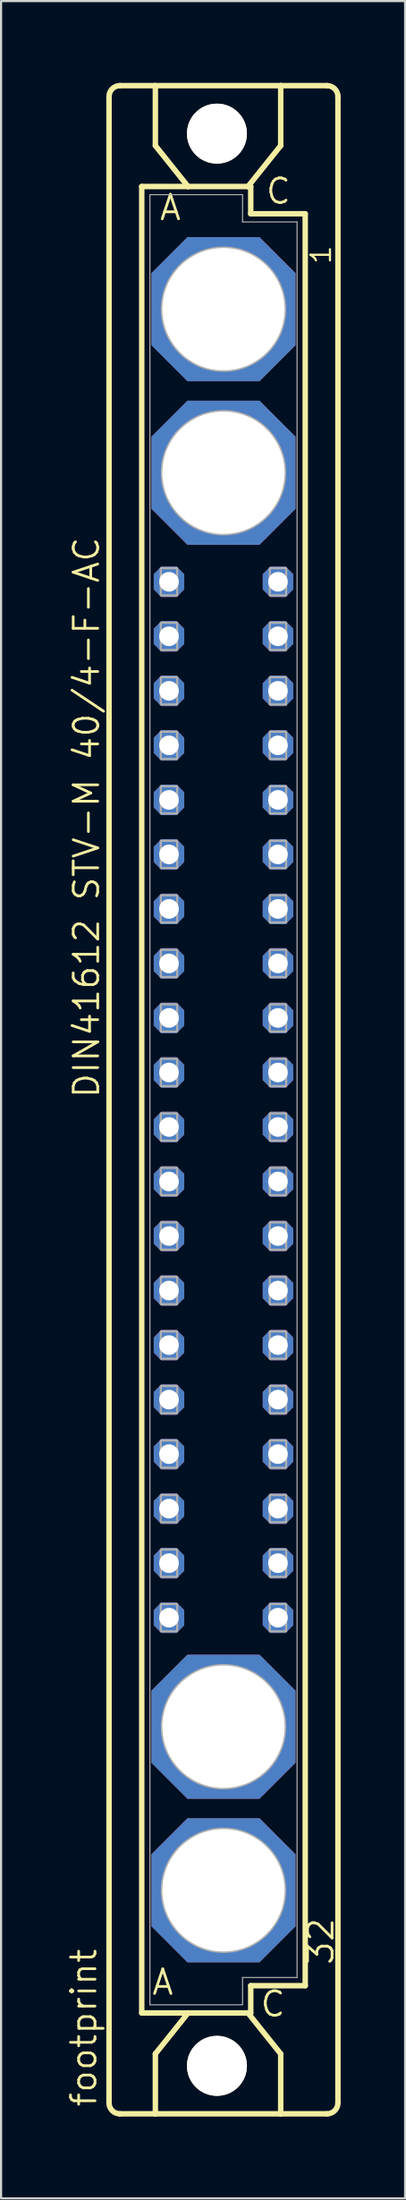
<source format=kicad_pcb>
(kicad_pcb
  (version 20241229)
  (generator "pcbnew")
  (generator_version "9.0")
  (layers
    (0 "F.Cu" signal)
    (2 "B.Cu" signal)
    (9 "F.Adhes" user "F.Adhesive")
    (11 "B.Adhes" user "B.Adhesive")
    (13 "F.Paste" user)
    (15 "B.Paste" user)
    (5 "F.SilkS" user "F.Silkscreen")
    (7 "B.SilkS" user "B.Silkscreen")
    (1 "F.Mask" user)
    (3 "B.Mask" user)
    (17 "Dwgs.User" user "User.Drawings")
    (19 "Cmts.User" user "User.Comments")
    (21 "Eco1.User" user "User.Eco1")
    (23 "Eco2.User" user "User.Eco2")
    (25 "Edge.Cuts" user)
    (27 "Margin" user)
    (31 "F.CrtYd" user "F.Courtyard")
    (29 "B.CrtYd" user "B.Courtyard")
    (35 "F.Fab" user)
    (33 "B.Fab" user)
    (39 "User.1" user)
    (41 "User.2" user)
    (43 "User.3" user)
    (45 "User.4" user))
  (footprint "footprint"
    (layer "F.Cu")
    (at 7.366 48.184)
    (property "Reference" "footprint" (at -5.842 46.99 90) (layer "F.SilkS") (effects (font (size 1.143 1.143) (thickness 0.127)) (justify left bottom)))
    (fp_line (start -5.334 46.736) (end -5.334 -46.736) (stroke (width 0.254) (type solid)) (layer "F.SilkS"))
    (fp_line (start -4.826 -47.244) (end -3.175 -47.244) (stroke (width 0.254) (type solid)) (layer "F.SilkS"))
    (fp_line (start -4.826 47.244) (end -3.175 47.244) (stroke (width 0.254) (type solid)) (layer "F.SilkS"))
    (fp_line (start -3.81 -42.545) (end -3.81 42.545) (stroke (width 0.254) (type solid)) (layer "F.SilkS"))
    (fp_line (start -3.81 42.545) (end -1.651 42.545) (stroke (width 0.254) (type solid)) (layer "F.SilkS"))
    (fp_line (start -3.175 -47.244) (end -3.175 -44.45) (stroke (width 0.254) (type solid)) (layer "F.SilkS"))
    (fp_line (start -3.175 47.244) (end -3.175 44.45) (stroke (width 0.254) (type solid)) (layer "F.SilkS"))
    (fp_line (start -3.175 47.244) (end 2.667 47.244) (stroke (width 0.254) (type solid)) (layer "F.SilkS"))
    (fp_line (start -1.651 -42.545) (end -3.81 -42.545) (stroke (width 0.254) (type solid)) (layer "F.SilkS"))
    (fp_line (start -1.651 -42.545) (end -3.175 -44.45) (stroke (width 0.254) (type solid)) (layer "F.SilkS"))
    (fp_line (start -1.651 42.545) (end -3.175 44.45) (stroke (width 0.254) (type solid)) (layer "F.SilkS"))
    (fp_line (start -1.651 42.545) (end 1.143 42.545) (stroke (width 0.254) (type solid)) (layer "F.SilkS"))
    (fp_line (start 1.143 -42.545) (end -1.651 -42.545) (stroke (width 0.254) (type solid)) (layer "F.SilkS"))
    (fp_line (start 1.143 -42.545) (end 2.667 -44.45) (stroke (width 0.254) (type solid)) (layer "F.SilkS"))
    (fp_line (start 1.143 42.545) (end 1.27 42.545) (stroke (width 0.254) (type solid)) (layer "F.SilkS"))
    (fp_line (start 1.143 42.545) (end 2.667 44.45) (stroke (width 0.254) (type solid)) (layer "F.SilkS"))
    (fp_line (start 1.27 -42.545) (end 1.143 -42.545) (stroke (width 0.254) (type solid)) (layer "F.SilkS"))
    (fp_line (start 1.27 -41.275) (end 1.27 -42.545) (stroke (width 0.254) (type solid)) (layer "F.SilkS"))
    (fp_line (start 1.27 41.275) (end 3.81 41.275) (stroke (width 0.254) (type solid)) (layer "F.SilkS"))
    (fp_line (start 1.27 42.545) (end 1.27 41.275) (stroke (width 0.254) (type solid)) (layer "F.SilkS"))
    (fp_line (start 2.667 -47.244) (end -3.175 -47.244) (stroke (width 0.254) (type solid)) (layer "F.SilkS"))
    (fp_line (start 2.667 -47.244) (end 2.667 -44.45) (stroke (width 0.254) (type solid)) (layer "F.SilkS"))
    (fp_line (start 2.667 47.244) (end 2.667 44.45) (stroke (width 0.254) (type solid)) (layer "F.SilkS"))
    (fp_line (start 2.667 47.244) (end 4.826 47.244) (stroke (width 0.254) (type solid)) (layer "F.SilkS"))
    (fp_line (start 3.81 -41.275) (end 1.27 -41.275) (stroke (width 0.254) (type solid)) (layer "F.SilkS"))
    (fp_line (start 3.81 41.275) (end 3.81 -41.275) (stroke (width 0.254) (type solid)) (layer "F.SilkS"))
    (fp_line (start 4.826 -47.244) (end 2.667 -47.244) (stroke (width 0.254) (type solid)) (layer "F.SilkS"))
    (fp_line (start 5.334 46.736) (end 5.334 -46.736) (stroke (width 0.254) (type solid)) (layer "F.SilkS"))
    (fp_arc (start -5.334 -46.736) (mid -5.18521 -47.09521) (end -4.826 -47.244) (stroke (width 0.254) (type solid)) (layer "F.SilkS"))
    (fp_arc (start -4.826 47.244) (mid -5.18521 47.09521) (end -5.334 46.736) (stroke (width 0.254) (type solid)) (layer "F.SilkS"))
    (fp_arc (start 4.826 -47.244) (mid 5.18521 -47.09521) (end 5.334 -46.736) (stroke (width 0.254) (type solid)) (layer "F.SilkS"))
    (fp_arc (start 5.334 46.736) (mid 5.18521 47.09521) (end 4.826 47.244) (stroke (width 0.254) (type solid)) (layer "F.SilkS"))
    (fp_circle (center -0.305 -45.009) (end 0.965 -45.009) (stroke (width 0.254) (type solid)) (fill no) (layer "F.SilkS"))
    (fp_circle (center -0.305 45.009) (end 0.965 45.009) (stroke (width 0.254) (type solid)) (fill no) (layer "F.SilkS"))
    (fp_line (start -3.429 -42.164) (end -3.429 42.164) (stroke (width 0.051) (type solid)) (layer "F.Fab"))
    (fp_line (start -3.429 -42.164) (end 0.889 -42.164) (stroke (width 0.051) (type solid)) (layer "F.Fab"))
    (fp_line (start -3.429 42.164) (end 0.889 42.164) (stroke (width 0.051) (type solid)) (layer "F.Fab"))
    (fp_line (start 0.889 -42.164) (end 0.889 -40.894) (stroke (width 0.051) (type solid)) (layer "F.Fab"))
    (fp_line (start 0.889 -40.894) (end 3.429 -40.894) (stroke (width 0.051) (type solid)) (layer "F.Fab"))
    (fp_line (start 0.889 40.894) (end 3.429 40.894) (stroke (width 0.051) (type solid)) (layer "F.Fab"))
    (fp_line (start 0.889 42.164) (end 0.889 40.894) (stroke (width 0.051) (type solid)) (layer "F.Fab"))
    (fp_line (start 3.429 -40.894) (end 3.429 40.894) (stroke (width 0.051) (type solid)) (layer "F.Fab"))
    (fp_circle (center 0 -36.83) (end 2.794 -36.83) (stroke (width 0.254) (type solid)) (fill no) (layer "F.Fab"))
    (fp_circle (center 0 -29.21) (end 2.794 -29.21) (stroke (width 0.254) (type solid)) (fill no) (layer "F.Fab"))
    (fp_circle (center 0 29.21) (end 2.794 29.21) (stroke (width 0.254) (type solid)) (fill no) (layer "F.Fab"))
    (fp_circle (center 0 36.83) (end 2.794 36.83) (stroke (width 0.254) (type solid)) (fill no) (layer "F.Fab"))
    (fp_poly (pts (xy -2.921 -23.495) (xy -2.159 -23.495) (xy -2.159 -24.765) (xy -2.921 -24.765)) (stroke (width 0.1) (type solid)) (fill no) (layer "F.Fab"))
    (fp_poly (pts (xy -2.921 -20.955) (xy -2.159 -20.955) (xy -2.159 -22.225) (xy -2.921 -22.225)) (stroke (width 0.1) (type solid)) (fill no) (layer "F.Fab"))
    (fp_poly (pts (xy -2.921 -18.415) (xy -2.159 -18.415) (xy -2.159 -19.685) (xy -2.921 -19.685)) (stroke (width 0.1) (type solid)) (fill no) (layer "F.Fab"))
    (fp_poly (pts (xy -2.921 -15.875) (xy -2.159 -15.875) (xy -2.159 -17.145) (xy -2.921 -17.145)) (stroke (width 0.1) (type solid)) (fill no) (layer "F.Fab"))
    (fp_poly (pts (xy -2.921 -13.335) (xy -2.159 -13.335) (xy -2.159 -14.605) (xy -2.921 -14.605)) (stroke (width 0.1) (type solid)) (fill no) (layer "F.Fab"))
    (fp_poly (pts (xy -2.921 -10.795) (xy -2.159 -10.795) (xy -2.159 -12.065) (xy -2.921 -12.065)) (stroke (width 0.1) (type solid)) (fill no) (layer "F.Fab"))
    (fp_poly (pts (xy -2.921 -8.255) (xy -2.159 -8.255) (xy -2.159 -9.525) (xy -2.921 -9.525)) (stroke (width 0.1) (type solid)) (fill no) (layer "F.Fab"))
    (fp_poly (pts (xy -2.921 -5.715) (xy -2.159 -5.715) (xy -2.159 -6.985) (xy -2.921 -6.985)) (stroke (width 0.1) (type solid)) (fill no) (layer "F.Fab"))
    (fp_poly (pts (xy -2.921 -3.175) (xy -2.159 -3.175) (xy -2.159 -4.445) (xy -2.921 -4.445)) (stroke (width 0.1) (type solid)) (fill no) (layer "F.Fab"))
    (fp_poly (pts (xy -2.921 -0.635) (xy -2.159 -0.635) (xy -2.159 -1.905) (xy -2.921 -1.905)) (stroke (width 0.1) (type solid)) (fill no) (layer "F.Fab"))
    (fp_poly (pts (xy -2.921 1.905) (xy -2.159 1.905) (xy -2.159 0.635) (xy -2.921 0.635)) (stroke (width 0.1) (type solid)) (fill no) (layer "F.Fab"))
    (fp_poly (pts (xy -2.921 4.445) (xy -2.159 4.445) (xy -2.159 3.175) (xy -2.921 3.175)) (stroke (width 0.1) (type solid)) (fill no) (layer "F.Fab"))
    (fp_poly (pts (xy -2.921 6.985) (xy -2.159 6.985) (xy -2.159 5.715) (xy -2.921 5.715)) (stroke (width 0.1) (type solid)) (fill no) (layer "F.Fab"))
    (fp_poly (pts (xy -2.921 9.525) (xy -2.159 9.525) (xy -2.159 8.255) (xy -2.921 8.255)) (stroke (width 0.1) (type solid)) (fill no) (layer "F.Fab"))
    (fp_poly (pts (xy -2.921 12.065) (xy -2.159 12.065) (xy -2.159 10.795) (xy -2.921 10.795)) (stroke (width 0.1) (type solid)) (fill no) (layer "F.Fab"))
    (fp_poly (pts (xy -2.921 14.605) (xy -2.159 14.605) (xy -2.159 13.335) (xy -2.921 13.335)) (stroke (width 0.1) (type solid)) (fill no) (layer "F.Fab"))
    (fp_poly (pts (xy -2.921 17.145) (xy -2.159 17.145) (xy -2.159 15.875) (xy -2.921 15.875)) (stroke (width 0.1) (type solid)) (fill no) (layer "F.Fab"))
    (fp_poly (pts (xy -2.921 19.685) (xy -2.159 19.685) (xy -2.159 18.415) (xy -2.921 18.415)) (stroke (width 0.1) (type solid)) (fill no) (layer "F.Fab"))
    (fp_poly (pts (xy -2.921 22.225) (xy -2.159 22.225) (xy -2.159 20.955) (xy -2.921 20.955)) (stroke (width 0.1) (type solid)) (fill no) (layer "F.Fab"))
    (fp_poly (pts (xy -2.921 24.765) (xy -2.159 24.765) (xy -2.159 23.495) (xy -2.921 23.495)) (stroke (width 0.1) (type solid)) (fill no) (layer "F.Fab"))
    (fp_poly (pts (xy 2.159 -23.495) (xy 2.921 -23.495) (xy 2.921 -24.765) (xy 2.159 -24.765)) (stroke (width 0.1) (type solid)) (fill no) (layer "F.Fab"))
    (fp_poly (pts (xy 2.159 -20.955) (xy 2.921 -20.955) (xy 2.921 -22.225) (xy 2.159 -22.225)) (stroke (width 0.1) (type solid)) (fill no) (layer "F.Fab"))
    (fp_poly (pts (xy 2.159 -18.415) (xy 2.921 -18.415) (xy 2.921 -19.685) (xy 2.159 -19.685)) (stroke (width 0.1) (type solid)) (fill no) (layer "F.Fab"))
    (fp_poly (pts (xy 2.159 -15.875) (xy 2.921 -15.875) (xy 2.921 -17.145) (xy 2.159 -17.145)) (stroke (width 0.1) (type solid)) (fill no) (layer "F.Fab"))
    (fp_poly (pts (xy 2.159 -13.335) (xy 2.921 -13.335) (xy 2.921 -14.605) (xy 2.159 -14.605)) (stroke (width 0.1) (type solid)) (fill no) (layer "F.Fab"))
    (fp_poly (pts (xy 2.159 -10.795) (xy 2.921 -10.795) (xy 2.921 -12.065) (xy 2.159 -12.065)) (stroke (width 0.1) (type solid)) (fill no) (layer "F.Fab"))
    (fp_poly (pts (xy 2.159 -8.255) (xy 2.921 -8.255) (xy 2.921 -9.525) (xy 2.159 -9.525)) (stroke (width 0.1) (type solid)) (fill no) (layer "F.Fab"))
    (fp_poly (pts (xy 2.159 -5.715) (xy 2.921 -5.715) (xy 2.921 -6.985) (xy 2.159 -6.985)) (stroke (width 0.1) (type solid)) (fill no) (layer "F.Fab"))
    (fp_poly (pts (xy 2.159 -3.175) (xy 2.921 -3.175) (xy 2.921 -4.445) (xy 2.159 -4.445)) (stroke (width 0.1) (type solid)) (fill no) (layer "F.Fab"))
    (fp_poly (pts (xy 2.159 -0.635) (xy 2.921 -0.635) (xy 2.921 -1.905) (xy 2.159 -1.905)) (stroke (width 0.1) (type solid)) (fill no) (layer "F.Fab"))
    (fp_poly (pts (xy 2.159 1.905) (xy 2.921 1.905) (xy 2.921 0.635) (xy 2.159 0.635)) (stroke (width 0.1) (type solid)) (fill no) (layer "F.Fab"))
    (fp_poly (pts (xy 2.159 4.445) (xy 2.921 4.445) (xy 2.921 3.175) (xy 2.159 3.175)) (stroke (width 0.1) (type solid)) (fill no) (layer "F.Fab"))
    (fp_poly (pts (xy 2.159 6.985) (xy 2.921 6.985) (xy 2.921 5.715) (xy 2.159 5.715)) (stroke (width 0.1) (type solid)) (fill no) (layer "F.Fab"))
    (fp_poly (pts (xy 2.159 9.525) (xy 2.921 9.525) (xy 2.921 8.255) (xy 2.159 8.255)) (stroke (width 0.1) (type solid)) (fill no) (layer "F.Fab"))
    (fp_poly (pts (xy 2.159 12.065) (xy 2.921 12.065) (xy 2.921 10.795) (xy 2.159 10.795)) (stroke (width 0.1) (type solid)) (fill no) (layer "F.Fab"))
    (fp_poly (pts (xy 2.159 14.605) (xy 2.921 14.605) (xy 2.921 13.335) (xy 2.159 13.335)) (stroke (width 0.1) (type solid)) (fill no) (layer "F.Fab"))
    (fp_poly (pts (xy 2.159 17.145) (xy 2.921 17.145) (xy 2.921 15.875) (xy 2.159 15.875)) (stroke (width 0.1) (type solid)) (fill no) (layer "F.Fab"))
    (fp_poly (pts (xy 2.159 19.685) (xy 2.921 19.685) (xy 2.921 18.415) (xy 2.159 18.415)) (stroke (width 0.1) (type solid)) (fill no) (layer "F.Fab"))
    (fp_poly (pts (xy 2.159 22.225) (xy 2.921 22.225) (xy 2.921 20.955) (xy 2.159 20.955)) (stroke (width 0.1) (type solid)) (fill no) (layer "F.Fab"))
    (fp_poly (pts (xy 2.159 24.765) (xy 2.921 24.765) (xy 2.921 23.495) (xy 2.159 23.495)) (stroke (width 0.1) (type solid)) (fill no) (layer "F.Fab"))
    (fp_text user "1" (at 5.08 -38.862 90) (layer "F.SilkS") (effects (font (size 0.914 0.914) (thickness 0.102)) (justify left bottom)))
    (fp_text user " C " (at 0.778 42.799 0) (layer "F.SilkS") (effects (font (size 1.143 1.143) (thickness 0.127)) (justify left bottom)))
    (fp_text user "32" (at 5.207 40.386 90) (layer "F.SilkS") (effects (font (size 1.143 1.143) (thickness 0.127)) (justify left bottom)))
    (fp_text user "A" (at -3.048 -40.894 0) (layer "F.SilkS") (effects (font (size 1.143 1.143) (thickness 0.127)) (justify left bottom)))
    (fp_text user " A " (at -4.275 41.783 0) (layer "F.SilkS") (effects (font (size 1.143 1.143) (thickness 0.127)) (justify left bottom)))
    (fp_text user "DIN41612 STV-M 40/4-F-AC" (at -5.715 0 90) (layer "F.SilkS") (effects (font (size 1.143 1.143) (thickness 0.127)) (justify left bottom)))
    (fp_text user "C" (at 1.905 -41.656 0) (layer "F.SilkS") (effects (font (size 1.143 1.143) (thickness 0.127)) (justify left bottom)))
    (pad "" np_thru_hole circle (at -0.305 -45.009) (size 2.794 2.794) (drill 2.794) (layers "*.Cu" "*.Mask"))
    (pad "" np_thru_hole circle (at -0.305 45.009) (size 2.794 2.794) (drill 2.794) (layers "*.Cu" "*.Mask"))
    (pad "1" thru_hole roundrect (at 0 -36.83) (size 6.716 6.716) (drill 5.7) (layers "*.Cu" "*.Mask") (roundrect_rratio 0.25) (chamfer_ratio 0.25) (chamfer top_left top_right bottom_left bottom_right))
    (pad "2" thru_hole roundrect (at 0 -29.21) (size 6.716 6.716) (drill 5.7) (layers "*.Cu" "*.Mask") (roundrect_rratio 0.25) (chamfer_ratio 0.25) (chamfer top_left top_right bottom_left bottom_right))
    (pad "3" thru_hole roundrect (at 0 29.21) (size 6.716 6.716) (drill 5.7) (layers "*.Cu" "*.Mask") (roundrect_rratio 0.25) (chamfer_ratio 0.25) (chamfer top_left top_right bottom_left bottom_right))
    (pad "4" thru_hole roundrect (at 0 36.83) (size 6.716 6.716) (drill 5.7) (layers "*.Cu" "*.Mask") (roundrect_rratio 0.25) (chamfer_ratio 0.25) (chamfer top_left top_right bottom_left bottom_right))
    (pad "A7" thru_hole roundrect (at -2.54 -24.13) (size 1.422 1.422) (drill 0.914) (layers "*.Cu" "*.Mask") (roundrect_rratio 0.25) (chamfer_ratio 0.25) (chamfer top_left top_right bottom_left bottom_right))
    (pad "A8" thru_hole roundrect (at -2.54 -21.59) (size 1.422 1.422) (drill 0.914) (layers "*.Cu" "*.Mask") (roundrect_rratio 0.25) (chamfer_ratio 0.25) (chamfer top_left top_right bottom_left bottom_right))
    (pad "A9" thru_hole roundrect (at -2.54 -19.05) (size 1.422 1.422) (drill 0.914) (layers "*.Cu" "*.Mask") (roundrect_rratio 0.25) (chamfer_ratio 0.25) (chamfer top_left top_right bottom_left bottom_right))
    (pad "A10" thru_hole roundrect (at -2.54 -16.51) (size 1.422 1.422) (drill 0.914) (layers "*.Cu" "*.Mask") (roundrect_rratio 0.25) (chamfer_ratio 0.25) (chamfer top_left top_right bottom_left bottom_right))
    (pad "A11" thru_hole roundrect (at -2.54 -13.97) (size 1.422 1.422) (drill 0.914) (layers "*.Cu" "*.Mask") (roundrect_rratio 0.25) (chamfer_ratio 0.25) (chamfer top_left top_right bottom_left bottom_right))
    (pad "A12" thru_hole roundrect (at -2.54 -11.43) (size 1.422 1.422) (drill 0.914) (layers "*.Cu" "*.Mask") (roundrect_rratio 0.25) (chamfer_ratio 0.25) (chamfer top_left top_right bottom_left bottom_right))
    (pad "A13" thru_hole roundrect (at -2.54 -8.89) (size 1.422 1.422) (drill 0.914) (layers "*.Cu" "*.Mask") (roundrect_rratio 0.25) (chamfer_ratio 0.25) (chamfer top_left top_right bottom_left bottom_right))
    (pad "A14" thru_hole roundrect (at -2.54 -6.35) (size 1.422 1.422) (drill 0.914) (layers "*.Cu" "*.Mask") (roundrect_rratio 0.25) (chamfer_ratio 0.25) (chamfer top_left top_right bottom_left bottom_right))
    (pad "A15" thru_hole roundrect (at -2.54 -3.81) (size 1.422 1.422) (drill 0.914) (layers "*.Cu" "*.Mask") (roundrect_rratio 0.25) (chamfer_ratio 0.25) (chamfer top_left top_right bottom_left bottom_right))
    (pad "A16" thru_hole roundrect (at -2.54 -1.27) (size 1.422 1.422) (drill 0.914) (layers "*.Cu" "*.Mask") (roundrect_rratio 0.25) (chamfer_ratio 0.25) (chamfer top_left top_right bottom_left bottom_right))
    (pad "A17" thru_hole roundrect (at -2.54 1.27) (size 1.422 1.422) (drill 0.914) (layers "*.Cu" "*.Mask") (roundrect_rratio 0.25) (chamfer_ratio 0.25) (chamfer top_left top_right bottom_left bottom_right))
    (pad "A18" thru_hole roundrect (at -2.54 3.81) (size 1.422 1.422) (drill 0.914) (layers "*.Cu" "*.Mask") (roundrect_rratio 0.25) (chamfer_ratio 0.25) (chamfer top_left top_right bottom_left bottom_right))
    (pad "A19" thru_hole roundrect (at -2.54 6.35) (size 1.422 1.422) (drill 0.914) (layers "*.Cu" "*.Mask") (roundrect_rratio 0.25) (chamfer_ratio 0.25) (chamfer top_left top_right bottom_left bottom_right))
    (pad "A20" thru_hole roundrect (at -2.54 8.89) (size 1.422 1.422) (drill 0.914) (layers "*.Cu" "*.Mask") (roundrect_rratio 0.25) (chamfer_ratio 0.25) (chamfer top_left top_right bottom_left bottom_right))
    (pad "A21" thru_hole roundrect (at -2.54 11.43) (size 1.422 1.422) (drill 0.914) (layers "*.Cu" "*.Mask") (roundrect_rratio 0.25) (chamfer_ratio 0.25) (chamfer top_left top_right bottom_left bottom_right))
    (pad "A22" thru_hole roundrect (at -2.54 13.97) (size 1.422 1.422) (drill 0.914) (layers "*.Cu" "*.Mask") (roundrect_rratio 0.25) (chamfer_ratio 0.25) (chamfer top_left top_right bottom_left bottom_right))
    (pad "A23" thru_hole roundrect (at -2.54 16.51) (size 1.422 1.422) (drill 0.914) (layers "*.Cu" "*.Mask") (roundrect_rratio 0.25) (chamfer_ratio 0.25) (chamfer top_left top_right bottom_left bottom_right))
    (pad "A24" thru_hole roundrect (at -2.54 19.05) (size 1.422 1.422) (drill 0.914) (layers "*.Cu" "*.Mask") (roundrect_rratio 0.25) (chamfer_ratio 0.25) (chamfer top_left top_right bottom_left bottom_right))
    (pad "A25" thru_hole roundrect (at -2.54 21.59) (size 1.422 1.422) (drill 0.914) (layers "*.Cu" "*.Mask") (roundrect_rratio 0.25) (chamfer_ratio 0.25) (chamfer top_left top_right bottom_left bottom_right))
    (pad "A26" thru_hole roundrect (at -2.54 24.13) (size 1.422 1.422) (drill 0.914) (layers "*.Cu" "*.Mask") (roundrect_rratio 0.25) (chamfer_ratio 0.25) (chamfer top_left top_right bottom_left bottom_right))
    (pad "C7" thru_hole roundrect (at 2.54 -24.13) (size 1.422 1.422) (drill 0.914) (layers "*.Cu" "*.Mask") (roundrect_rratio 0.25) (chamfer_ratio 0.25) (chamfer top_left top_right bottom_left bottom_right))
    (pad "C8" thru_hole roundrect (at 2.54 -21.59) (size 1.422 1.422) (drill 0.914) (layers "*.Cu" "*.Mask") (roundrect_rratio 0.25) (chamfer_ratio 0.25) (chamfer top_left top_right bottom_left bottom_right))
    (pad "C9" thru_hole roundrect (at 2.54 -19.05) (size 1.422 1.422) (drill 0.914) (layers "*.Cu" "*.Mask") (roundrect_rratio 0.25) (chamfer_ratio 0.25) (chamfer top_left top_right bottom_left bottom_right))
    (pad "C10" thru_hole roundrect (at 2.54 -16.51) (size 1.422 1.422) (drill 0.914) (layers "*.Cu" "*.Mask") (roundrect_rratio 0.25) (chamfer_ratio 0.25) (chamfer top_left top_right bottom_left bottom_right))
    (pad "C11" thru_hole roundrect (at 2.54 -13.97) (size 1.422 1.422) (drill 0.914) (layers "*.Cu" "*.Mask") (roundrect_rratio 0.25) (chamfer_ratio 0.25) (chamfer top_left top_right bottom_left bottom_right))
    (pad "C12" thru_hole roundrect (at 2.54 -11.43) (size 1.422 1.422) (drill 0.914) (layers "*.Cu" "*.Mask") (roundrect_rratio 0.25) (chamfer_ratio 0.25) (chamfer top_left top_right bottom_left bottom_right))
    (pad "C13" thru_hole roundrect (at 2.54 -8.89) (size 1.422 1.422) (drill 0.914) (layers "*.Cu" "*.Mask") (roundrect_rratio 0.25) (chamfer_ratio 0.25) (chamfer top_left top_right bottom_left bottom_right))
    (pad "C14" thru_hole roundrect (at 2.54 -6.35) (size 1.422 1.422) (drill 0.914) (layers "*.Cu" "*.Mask") (roundrect_rratio 0.25) (chamfer_ratio 0.25) (chamfer top_left top_right bottom_left bottom_right))
    (pad "C15" thru_hole roundrect (at 2.54 -3.81) (size 1.422 1.422) (drill 0.914) (layers "*.Cu" "*.Mask") (roundrect_rratio 0.25) (chamfer_ratio 0.25) (chamfer top_left top_right bottom_left bottom_right))
    (pad "C16" thru_hole roundrect (at 2.54 -1.27) (size 1.422 1.422) (drill 0.914) (layers "*.Cu" "*.Mask") (roundrect_rratio 0.25) (chamfer_ratio 0.25) (chamfer top_left top_right bottom_left bottom_right))
    (pad "C17" thru_hole roundrect (at 2.54 1.27) (size 1.422 1.422) (drill 0.914) (layers "*.Cu" "*.Mask") (roundrect_rratio 0.25) (chamfer_ratio 0.25) (chamfer top_left top_right bottom_left bottom_right))
    (pad "C18" thru_hole roundrect (at 2.54 3.81) (size 1.422 1.422) (drill 0.914) (layers "*.Cu" "*.Mask") (roundrect_rratio 0.25) (chamfer_ratio 0.25) (chamfer top_left top_right bottom_left bottom_right))
    (pad "C19" thru_hole roundrect (at 2.54 6.35) (size 1.422 1.422) (drill 0.914) (layers "*.Cu" "*.Mask") (roundrect_rratio 0.25) (chamfer_ratio 0.25) (chamfer top_left top_right bottom_left bottom_right))
    (pad "C20" thru_hole roundrect (at 2.54 8.89) (size 1.422 1.422) (drill 0.914) (layers "*.Cu" "*.Mask") (roundrect_rratio 0.25) (chamfer_ratio 0.25) (chamfer top_left top_right bottom_left bottom_right))
    (pad "C21" thru_hole roundrect (at 2.54 11.43) (size 1.422 1.422) (drill 0.914) (layers "*.Cu" "*.Mask") (roundrect_rratio 0.25) (chamfer_ratio 0.25) (chamfer top_left top_right bottom_left bottom_right))
    (pad "C22" thru_hole roundrect (at 2.54 13.97) (size 1.422 1.422) (drill 0.914) (layers "*.Cu" "*.Mask") (roundrect_rratio 0.25) (chamfer_ratio 0.25) (chamfer top_left top_right bottom_left bottom_right))
    (pad "C23" thru_hole roundrect (at 2.54 16.51) (size 1.422 1.422) (drill 0.914) (layers "*.Cu" "*.Mask") (roundrect_rratio 0.25) (chamfer_ratio 0.25) (chamfer top_left top_right bottom_left bottom_right))
    (pad "C24" thru_hole roundrect (at 2.54 19.05) (size 1.422 1.422) (drill 0.914) (layers "*.Cu" "*.Mask") (roundrect_rratio 0.25) (chamfer_ratio 0.25) (chamfer top_left top_right bottom_left bottom_right))
    (pad "C25" thru_hole roundrect (at 2.54 21.59) (size 1.422 1.422) (drill 0.914) (layers "*.Cu" "*.Mask") (roundrect_rratio 0.25) (chamfer_ratio 0.25) (chamfer top_left top_right bottom_left bottom_right))
    (pad "C26" thru_hole roundrect (at 2.54 24.13) (size 1.422 1.422) (drill 0.914) (layers "*.Cu" "*.Mask") (roundrect_rratio 0.25) (chamfer_ratio 0.25) (chamfer top_left top_right bottom_left bottom_right))
    (zone (net_name "") (layers "F.Cu" "B.Cu") (hatch edge 0.508) (connect_pads) (min_thickness 0.254) (filled_areas_thickness no) (keepout (tracks allowed) (vias not_allowed) (pads allowed) (copperpour allowed) (footprints allowed)) (placement (enabled no)) (fill) (polygon (pts (xy 10.236 3.175) (xy 10.188 2.624) (xy 10.045 2.089) (xy 9.811 1.587) (xy 9.493 1.134) (xy 9.102 0.743) (xy 8.649 0.425) (xy 8.147 0.191) (xy 7.613 0.048) (xy 7.061 0) (xy 6.51 0.048) (xy 5.975 0.191) (xy 5.474 0.425) (xy 5.02 0.743) (xy 4.629 1.134) (xy 4.312 1.587) (xy 4.078 2.089) (xy 3.934 2.624) (xy 3.886 3.175) (xy 3.934 3.726) (xy 4.078 4.261) (xy 4.312 4.763) (xy 4.629 5.216) (xy 5.02 5.607) (xy 5.474 5.925) (xy 5.975 6.159) (xy 6.51 6.302) (xy 7.061 6.35) (xy 7.613 6.302) (xy 8.147 6.159) (xy 8.649 5.925) (xy 9.102 5.607) (xy 9.493 5.216) (xy 9.811 4.763) (xy 10.045 4.261) (xy 10.188 3.726))) (polygon (pts (xy 8.458 3.175) (xy 8.437 2.932) (xy 8.374 2.697) (xy 8.271 2.477) (xy 8.131 2.277) (xy 7.959 2.105) (xy 7.76 1.965) (xy 7.539 1.862) (xy 7.304 1.799) (xy 7.061 1.778) (xy 6.819 1.799) (xy 6.583 1.862) (xy 6.363 1.965) (xy 6.163 2.105) (xy 5.991 2.277) (xy 5.851 2.477) (xy 5.748 2.697) (xy 5.685 2.932) (xy 5.664 3.175) (xy 5.685 3.418) (xy 5.748 3.653) (xy 5.851 3.873) (xy 5.991 4.073) (xy 6.163 4.245) (xy 6.363 4.385) (xy 6.583 4.488) (xy 6.819 4.551) (xy 7.061 4.572) (xy 7.304 4.551) (xy 7.539 4.488) (xy 7.76 4.385) (xy 7.959 4.245) (xy 8.131 4.073) (xy 8.271 3.873) (xy 8.374 3.653) (xy 8.437 3.418))))
    (zone (net_name "") (layers "F.Cu" "B.Cu") (hatch edge 0.508) (connect_pads) (min_thickness 0.254) (filled_areas_thickness no) (keepout (tracks allowed) (vias not_allowed) (pads allowed) (copperpour allowed) (footprints allowed)) (placement (enabled no)) (fill) (polygon (pts (xy 10.236 93.193) (xy 10.188 92.641) (xy 10.045 92.107) (xy 9.811 91.605) (xy 9.493 91.152) (xy 9.102 90.76) (xy 8.649 90.443) (xy 8.147 90.209) (xy 7.613 90.066) (xy 7.061 90.018) (xy 6.51 90.066) (xy 5.975 90.209) (xy 5.474 90.443) (xy 5.02 90.76) (xy 4.629 91.152) (xy 4.312 91.605) (xy 4.078 92.107) (xy 3.934 92.641) (xy 3.886 93.193) (xy 3.934 93.744) (xy 4.078 94.279) (xy 4.312 94.78) (xy 4.629 95.233) (xy 5.02 95.625) (xy 5.474 95.942) (xy 5.975 96.176) (xy 6.51 96.319) (xy 7.061 96.368) (xy 7.613 96.319) (xy 8.147 96.176) (xy 8.649 95.942) (xy 9.102 95.625) (xy 9.493 95.233) (xy 9.811 94.78) (xy 10.045 94.279) (xy 10.188 93.744))) (polygon (pts (xy 8.458 93.193) (xy 8.437 92.95) (xy 8.374 92.715) (xy 8.271 92.494) (xy 8.131 92.295) (xy 7.959 92.122) (xy 7.76 91.983) (xy 7.539 91.88) (xy 7.304 91.817) (xy 7.061 91.796) (xy 6.819 91.817) (xy 6.583 91.88) (xy 6.363 91.983) (xy 6.163 92.122) (xy 5.991 92.295) (xy 5.851 92.494) (xy 5.748 92.715) (xy 5.685 92.95) (xy 5.664 93.193) (xy 5.685 93.435) (xy 5.748 93.67) (xy 5.851 93.891) (xy 5.991 94.091) (xy 6.163 94.263) (xy 6.363 94.402) (xy 6.583 94.505) (xy 6.819 94.568) (xy 7.061 94.59) (xy 7.304 94.568) (xy 7.539 94.505) (xy 7.76 94.402) (xy 7.959 94.263) (xy 8.131 94.091) (xy 8.271 93.891) (xy 8.374 93.67) (xy 8.437 93.435))))
    (zone (net_name "") (layer "B.Cu") (hatch edge 0.508) (connect_pads) (min_thickness 0.254) (filled_areas_thickness no) (keepout (tracks not_allowed) (vias not_allowed) (pads not_allowed) (copperpour not_allowed) (footprints allowed)) (placement (enabled no)) (fill) (polygon (pts (xy 10.236 3.175) (xy 10.188 2.624) (xy 10.045 2.089) (xy 9.811 1.587) (xy 9.493 1.134) (xy 9.102 0.743) (xy 8.649 0.425) (xy 8.147 0.191) (xy 7.613 0.048) (xy 7.061 0) (xy 6.51 0.048) (xy 5.975 0.191) (xy 5.474 0.425) (xy 5.02 0.743) (xy 4.629 1.134) (xy 4.312 1.587) (xy 4.078 2.089) (xy 3.934 2.624) (xy 3.886 3.175) (xy 3.934 3.726) (xy 4.078 4.261) (xy 4.312 4.763) (xy 4.629 5.216) (xy 5.02 5.607) (xy 5.474 5.925) (xy 5.975 6.159) (xy 6.51 6.302) (xy 7.061 6.35) (xy 7.613 6.302) (xy 8.147 6.159) (xy 8.649 5.925) (xy 9.102 5.607) (xy 9.493 5.216) (xy 9.811 4.763) (xy 10.045 4.261) (xy 10.188 3.726))) (polygon (pts (xy 8.458 3.175) (xy 8.437 2.932) (xy 8.374 2.697) (xy 8.271 2.477) (xy 8.131 2.277) (xy 7.959 2.105) (xy 7.76 1.965) (xy 7.539 1.862) (xy 7.304 1.799) (xy 7.061 1.778) (xy 6.819 1.799) (xy 6.583 1.862) (xy 6.363 1.965) (xy 6.163 2.105) (xy 5.991 2.277) (xy 5.851 2.477) (xy 5.748 2.697) (xy 5.685 2.932) (xy 5.664 3.175) (xy 5.685 3.418) (xy 5.748 3.653) (xy 5.851 3.873) (xy 5.991 4.073) (xy 6.163 4.245) (xy 6.363 4.385) (xy 6.583 4.488) (xy 6.819 4.551) (xy 7.061 4.572) (xy 7.304 4.551) (xy 7.539 4.488) (xy 7.76 4.385) (xy 7.959 4.245) (xy 8.131 4.073) (xy 8.271 3.873) (xy 8.374 3.653) (xy 8.437 3.418))))
    (zone (net_name "") (layer "B.Cu") (hatch edge 0.508) (connect_pads) (min_thickness 0.254) (filled_areas_thickness no) (keepout (tracks not_allowed) (vias not_allowed) (pads not_allowed) (copperpour not_allowed) (footprints allowed)) (placement (enabled no)) (fill) (polygon (pts (xy 10.236 93.193) (xy 10.188 92.641) (xy 10.045 92.107) (xy 9.811 91.605) (xy 9.493 91.152) (xy 9.102 90.76) (xy 8.649 90.443) (xy 8.147 90.209) (xy 7.613 90.066) (xy 7.061 90.018) (xy 6.51 90.066) (xy 5.975 90.209) (xy 5.474 90.443) (xy 5.02 90.76) (xy 4.629 91.152) (xy 4.312 91.605) (xy 4.078 92.107) (xy 3.934 92.641) (xy 3.886 93.193) (xy 3.934 93.744) (xy 4.078 94.279) (xy 4.312 94.78) (xy 4.629 95.233) (xy 5.02 95.625) (xy 5.474 95.942) (xy 5.975 96.176) (xy 6.51 96.319) (xy 7.061 96.368) (xy 7.613 96.319) (xy 8.147 96.176) (xy 8.649 95.942) (xy 9.102 95.625) (xy 9.493 95.233) (xy 9.811 94.78) (xy 10.045 94.279) (xy 10.188 93.744))) (polygon (pts (xy 8.458 93.193) (xy 8.437 92.95) (xy 8.374 92.715) (xy 8.271 92.494) (xy 8.131 92.295) (xy 7.959 92.122) (xy 7.76 91.983) (xy 7.539 91.88) (xy 7.304 91.817) (xy 7.061 91.796) (xy 6.819 91.817) (xy 6.583 91.88) (xy 6.363 91.983) (xy 6.163 92.122) (xy 5.991 92.295) (xy 5.851 92.494) (xy 5.748 92.715) (xy 5.685 92.95) (xy 5.664 93.193) (xy 5.685 93.435) (xy 5.748 93.67) (xy 5.851 93.891) (xy 5.991 94.091) (xy 6.163 94.263) (xy 6.363 94.402) (xy 6.583 94.505) (xy 6.819 94.568) (xy 7.061 94.59) (xy 7.304 94.568) (xy 7.539 94.505) (xy 7.76 94.402) (xy 7.959 94.263) (xy 8.131 94.091) (xy 8.271 93.891) (xy 8.374 93.67) (xy 8.437 93.435)))))
  (gr_rect
    (start -3 -3)
    (end 15.832 99.368)
    (stroke (width 0.1) (type default))
    (fill no)
    (layer "Edge.Cuts")))
</source>
